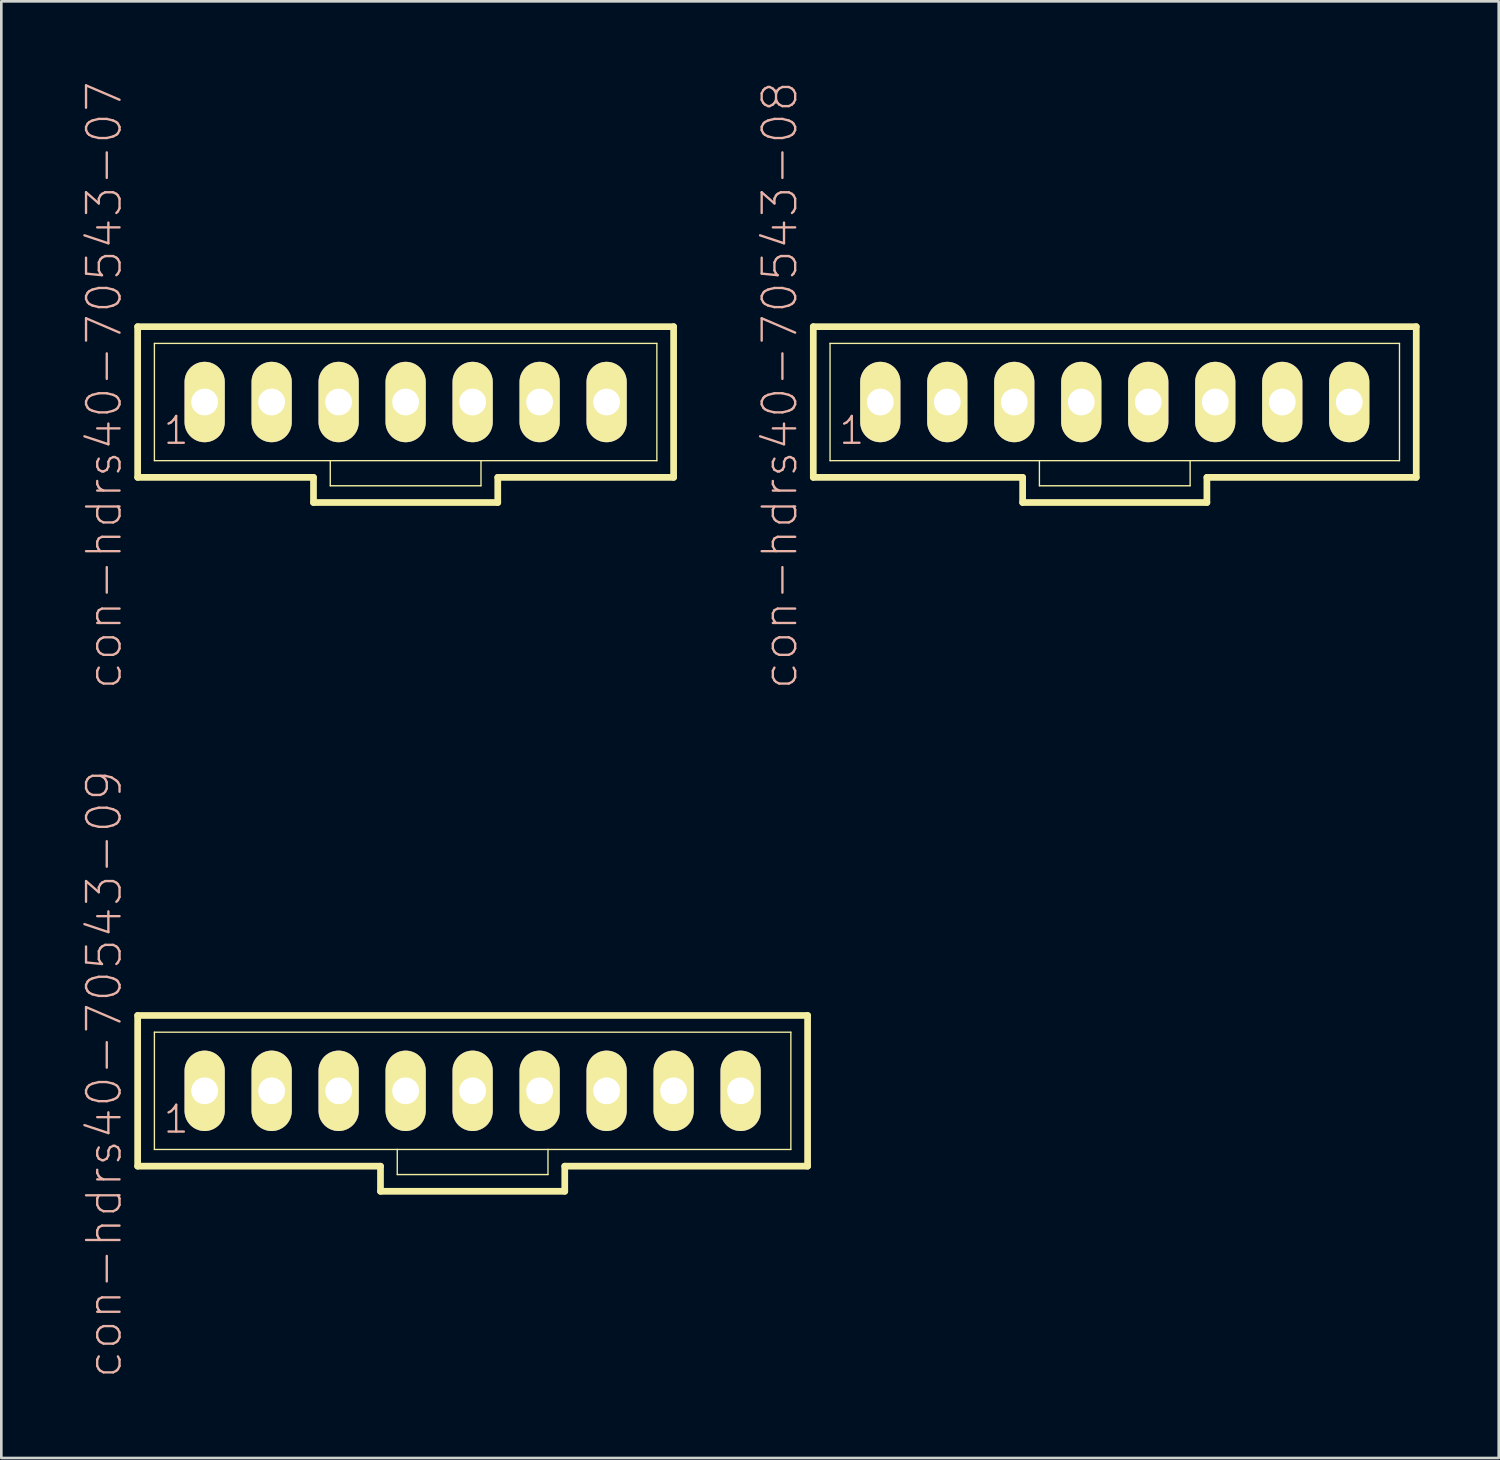
<source format=kicad_pcb>
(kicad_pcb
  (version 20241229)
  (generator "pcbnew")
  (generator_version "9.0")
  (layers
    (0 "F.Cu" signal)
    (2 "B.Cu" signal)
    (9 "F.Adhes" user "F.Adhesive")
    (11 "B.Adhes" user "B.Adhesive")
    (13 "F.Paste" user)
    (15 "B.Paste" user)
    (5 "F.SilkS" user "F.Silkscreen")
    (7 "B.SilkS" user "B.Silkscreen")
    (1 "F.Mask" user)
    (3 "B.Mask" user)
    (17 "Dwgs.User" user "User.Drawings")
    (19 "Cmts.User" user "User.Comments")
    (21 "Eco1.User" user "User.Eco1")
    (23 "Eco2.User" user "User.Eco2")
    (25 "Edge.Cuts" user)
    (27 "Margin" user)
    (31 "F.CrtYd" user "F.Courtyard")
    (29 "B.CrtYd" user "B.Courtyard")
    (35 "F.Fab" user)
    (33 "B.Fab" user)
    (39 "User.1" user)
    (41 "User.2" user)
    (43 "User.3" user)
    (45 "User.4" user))
  (footprint "con-hdrs40-70543-09"
    (layer "F.Cu")
    (at 14.869 38.307)
    (property "Reference" "con-hdrs40-70543-09" (at -13.97 -0.635 90) (layer "B.SilkS") (effects (font (size 1.27 1.27) (thickness 0.089))))
    (attr exclude_from_pos_files exclude_from_bom)
    (fp_line (start -12.7 -2.857) (end -12.7 2.857) (stroke (width 0.254) (type solid)) (layer "F.SilkS"))
    (fp_line (start -12.7 2.857) (end -3.493 2.857) (stroke (width 0.254) (type solid)) (layer "F.SilkS"))
    (fp_line (start -12.065 -2.223) (end -12.065 2.223) (stroke (width 0.051) (type solid)) (layer "F.SilkS"))
    (fp_line (start -12.065 -2.223) (end 12.065 -2.223) (stroke (width 0.051) (type solid)) (layer "F.SilkS"))
    (fp_line (start -12.065 2.223) (end -2.857 2.223) (stroke (width 0.051) (type solid)) (layer "F.SilkS"))
    (fp_line (start -10.396 -0.236) (end -9.921 -0.236) (stroke (width 0.066) (type solid)) (layer "F.SilkS"))
    (fp_line (start -10.396 0.236) (end -10.396 -0.236) (stroke (width 0.066) (type solid)) (layer "F.SilkS"))
    (fp_line (start -10.396 0.236) (end -9.921 0.236) (stroke (width 0.066) (type solid)) (layer "F.SilkS"))
    (fp_line (start -9.921 0.236) (end -9.921 -0.236) (stroke (width 0.066) (type solid)) (layer "F.SilkS"))
    (fp_line (start -7.856 -0.236) (end -7.381 -0.236) (stroke (width 0.066) (type solid)) (layer "F.SilkS"))
    (fp_line (start -7.856 0.236) (end -7.856 -0.236) (stroke (width 0.066) (type solid)) (layer "F.SilkS"))
    (fp_line (start -7.856 0.236) (end -7.381 0.236) (stroke (width 0.066) (type solid)) (layer "F.SilkS"))
    (fp_line (start -7.381 0.236) (end -7.381 -0.236) (stroke (width 0.066) (type solid)) (layer "F.SilkS"))
    (fp_line (start -5.316 -0.236) (end -4.841 -0.236) (stroke (width 0.066) (type solid)) (layer "F.SilkS"))
    (fp_line (start -5.316 0.236) (end -5.316 -0.236) (stroke (width 0.066) (type solid)) (layer "F.SilkS"))
    (fp_line (start -5.316 0.236) (end -4.841 0.236) (stroke (width 0.066) (type solid)) (layer "F.SilkS"))
    (fp_line (start -4.841 0.236) (end -4.841 -0.236) (stroke (width 0.066) (type solid)) (layer "F.SilkS"))
    (fp_line (start -3.493 2.857) (end -3.493 3.81) (stroke (width 0.254) (type solid)) (layer "F.SilkS"))
    (fp_line (start -3.493 3.81) (end 3.493 3.81) (stroke (width 0.254) (type solid)) (layer "F.SilkS"))
    (fp_line (start -2.857 2.223) (end -2.857 3.175) (stroke (width 0.051) (type solid)) (layer "F.SilkS"))
    (fp_line (start -2.857 2.223) (end 2.857 2.223) (stroke (width 0.051) (type solid)) (layer "F.SilkS"))
    (fp_line (start -2.776 -0.236) (end -2.301 -0.236) (stroke (width 0.066) (type solid)) (layer "F.SilkS"))
    (fp_line (start -2.776 0.236) (end -2.776 -0.236) (stroke (width 0.066) (type solid)) (layer "F.SilkS"))
    (fp_line (start -2.776 0.236) (end -2.301 0.236) (stroke (width 0.066) (type solid)) (layer "F.SilkS"))
    (fp_line (start -2.301 0.236) (end -2.301 -0.236) (stroke (width 0.066) (type solid)) (layer "F.SilkS"))
    (fp_line (start -0.236 -0.236) (end 0.236 -0.236) (stroke (width 0.066) (type solid)) (layer "F.SilkS"))
    (fp_line (start -0.236 0.236) (end -0.236 -0.236) (stroke (width 0.066) (type solid)) (layer "F.SilkS"))
    (fp_line (start -0.236 0.236) (end 0.236 0.236) (stroke (width 0.066) (type solid)) (layer "F.SilkS"))
    (fp_line (start 0.236 0.236) (end 0.236 -0.236) (stroke (width 0.066) (type solid)) (layer "F.SilkS"))
    (fp_line (start 2.301 -0.236) (end 2.776 -0.236) (stroke (width 0.066) (type solid)) (layer "F.SilkS"))
    (fp_line (start 2.301 0.236) (end 2.301 -0.236) (stroke (width 0.066) (type solid)) (layer "F.SilkS"))
    (fp_line (start 2.301 0.236) (end 2.776 0.236) (stroke (width 0.066) (type solid)) (layer "F.SilkS"))
    (fp_line (start 2.776 0.236) (end 2.776 -0.236) (stroke (width 0.066) (type solid)) (layer "F.SilkS"))
    (fp_line (start 2.857 2.223) (end 2.857 3.175) (stroke (width 0.051) (type solid)) (layer "F.SilkS"))
    (fp_line (start 2.857 2.223) (end 12.065 2.223) (stroke (width 0.051) (type solid)) (layer "F.SilkS"))
    (fp_line (start 2.857 3.175) (end -2.857 3.175) (stroke (width 0.051) (type solid)) (layer "F.SilkS"))
    (fp_line (start 3.493 2.857) (end 12.7 2.857) (stroke (width 0.254) (type solid)) (layer "F.SilkS"))
    (fp_line (start 3.493 3.81) (end 3.493 2.857) (stroke (width 0.254) (type solid)) (layer "F.SilkS"))
    (fp_line (start 4.841 -0.236) (end 5.316 -0.236) (stroke (width 0.066) (type solid)) (layer "F.SilkS"))
    (fp_line (start 4.841 0.236) (end 4.841 -0.236) (stroke (width 0.066) (type solid)) (layer "F.SilkS"))
    (fp_line (start 4.841 0.236) (end 5.316 0.236) (stroke (width 0.066) (type solid)) (layer "F.SilkS"))
    (fp_line (start 5.316 0.236) (end 5.316 -0.236) (stroke (width 0.066) (type solid)) (layer "F.SilkS"))
    (fp_line (start 7.381 -0.236) (end 7.856 -0.236) (stroke (width 0.066) (type solid)) (layer "F.SilkS"))
    (fp_line (start 7.381 0.236) (end 7.381 -0.236) (stroke (width 0.066) (type solid)) (layer "F.SilkS"))
    (fp_line (start 7.381 0.236) (end 7.856 0.236) (stroke (width 0.066) (type solid)) (layer "F.SilkS"))
    (fp_line (start 7.856 0.236) (end 7.856 -0.236) (stroke (width 0.066) (type solid)) (layer "F.SilkS"))
    (fp_line (start 9.921 -0.236) (end 10.396 -0.236) (stroke (width 0.066) (type solid)) (layer "F.SilkS"))
    (fp_line (start 9.921 0.236) (end 9.921 -0.236) (stroke (width 0.066) (type solid)) (layer "F.SilkS"))
    (fp_line (start 9.921 0.236) (end 10.396 0.236) (stroke (width 0.066) (type solid)) (layer "F.SilkS"))
    (fp_line (start 10.396 0.236) (end 10.396 -0.236) (stroke (width 0.066) (type solid)) (layer "F.SilkS"))
    (fp_line (start 12.065 -2.223) (end 12.065 2.223) (stroke (width 0.051) (type solid)) (layer "F.SilkS"))
    (fp_line (start 12.7 -2.857) (end -12.7 -2.857) (stroke (width 0.254) (type solid)) (layer "F.SilkS"))
    (fp_line (start 12.7 2.857) (end 12.7 -2.857) (stroke (width 0.254) (type solid)) (layer "F.SilkS"))
    (fp_text user "1" (at -11.239 1.079 0) (layer "B.SilkS") (effects (font (size 1.016 1.016) (thickness 0.089))))
    (pad "1" thru_hole oval (at -10.16 0) (size 1.524 3.048) (drill 1.016) (layers "*.Cu" "F.Mask" "F.SilkS" "F.Paste"))
    (pad "2" thru_hole oval (at -7.62 0) (size 1.524 3.048) (drill 1.016) (layers "*.Cu" "F.Mask" "F.SilkS" "F.Paste"))
    (pad "3" thru_hole oval (at -5.08 0) (size 1.524 3.048) (drill 1.016) (layers "*.Cu" "F.Mask" "F.SilkS" "F.Paste"))
    (pad "4" thru_hole oval (at -2.54 0) (size 1.524 3.048) (drill 1.016) (layers "*.Cu" "F.Mask" "F.SilkS" "F.Paste"))
    (pad "5" thru_hole oval (at 0 0) (size 1.524 3.048) (drill 1.016) (layers "*.Cu" "F.Mask" "F.SilkS" "F.Paste"))
    (pad "6" thru_hole oval (at 2.54 0) (size 1.524 3.048) (drill 1.016) (layers "*.Cu" "F.Mask" "F.SilkS" "F.Paste"))
    (pad "7" thru_hole oval (at 5.08 0) (size 1.524 3.048) (drill 1.016) (layers "*.Cu" "F.Mask" "F.SilkS" "F.Paste"))
    (pad "8" thru_hole oval (at 7.62 0) (size 1.524 3.048) (drill 1.016) (layers "*.Cu" "F.Mask" "F.SilkS" "F.Paste"))
    (pad "9" thru_hole oval (at 10.16 0) (size 1.524 3.048) (drill 1.016) (layers "*.Cu" "F.Mask" "F.SilkS" "F.Paste")))
  (footprint "con-hdrs40-70543-07"
    (layer "F.Cu")
    (at 12.329 12.192)
    (property "Reference" "con-hdrs40-70543-07" (at -11.43 -0.635 90) (layer "B.SilkS") (effects (font (size 1.27 1.27) (thickness 0.089))))
    (attr exclude_from_pos_files exclude_from_bom)
    (fp_line (start -10.16 -2.857) (end -10.16 2.857) (stroke (width 0.254) (type solid)) (layer "F.SilkS"))
    (fp_line (start -10.16 2.857) (end -3.493 2.857) (stroke (width 0.254) (type solid)) (layer "F.SilkS"))
    (fp_line (start -9.525 -2.223) (end -9.525 2.223) (stroke (width 0.051) (type solid)) (layer "F.SilkS"))
    (fp_line (start -9.525 -2.223) (end 9.525 -2.223) (stroke (width 0.051) (type solid)) (layer "F.SilkS"))
    (fp_line (start -9.525 2.223) (end -2.857 2.223) (stroke (width 0.051) (type solid)) (layer "F.SilkS"))
    (fp_line (start -7.856 -0.236) (end -7.381 -0.236) (stroke (width 0.066) (type solid)) (layer "F.SilkS"))
    (fp_line (start -7.856 0.236) (end -7.856 -0.236) (stroke (width 0.066) (type solid)) (layer "F.SilkS"))
    (fp_line (start -7.856 0.236) (end -7.381 0.236) (stroke (width 0.066) (type solid)) (layer "F.SilkS"))
    (fp_line (start -7.381 0.236) (end -7.381 -0.236) (stroke (width 0.066) (type solid)) (layer "F.SilkS"))
    (fp_line (start -5.316 -0.236) (end -4.841 -0.236) (stroke (width 0.066) (type solid)) (layer "F.SilkS"))
    (fp_line (start -5.316 0.236) (end -5.316 -0.236) (stroke (width 0.066) (type solid)) (layer "F.SilkS"))
    (fp_line (start -5.316 0.236) (end -4.841 0.236) (stroke (width 0.066) (type solid)) (layer "F.SilkS"))
    (fp_line (start -4.841 0.236) (end -4.841 -0.236) (stroke (width 0.066) (type solid)) (layer "F.SilkS"))
    (fp_line (start -3.493 2.857) (end -3.493 3.81) (stroke (width 0.254) (type solid)) (layer "F.SilkS"))
    (fp_line (start -3.493 3.81) (end 3.493 3.81) (stroke (width 0.254) (type solid)) (layer "F.SilkS"))
    (fp_line (start -2.857 2.223) (end -2.857 3.175) (stroke (width 0.051) (type solid)) (layer "F.SilkS"))
    (fp_line (start -2.857 2.223) (end 2.857 2.223) (stroke (width 0.051) (type solid)) (layer "F.SilkS"))
    (fp_line (start -2.776 -0.236) (end -2.301 -0.236) (stroke (width 0.066) (type solid)) (layer "F.SilkS"))
    (fp_line (start -2.776 0.236) (end -2.776 -0.236) (stroke (width 0.066) (type solid)) (layer "F.SilkS"))
    (fp_line (start -2.776 0.236) (end -2.301 0.236) (stroke (width 0.066) (type solid)) (layer "F.SilkS"))
    (fp_line (start -2.301 0.236) (end -2.301 -0.236) (stroke (width 0.066) (type solid)) (layer "F.SilkS"))
    (fp_line (start -0.236 -0.236) (end 0.236 -0.236) (stroke (width 0.066) (type solid)) (layer "F.SilkS"))
    (fp_line (start -0.236 0.236) (end -0.236 -0.236) (stroke (width 0.066) (type solid)) (layer "F.SilkS"))
    (fp_line (start -0.236 0.236) (end 0.236 0.236) (stroke (width 0.066) (type solid)) (layer "F.SilkS"))
    (fp_line (start 0.236 0.236) (end 0.236 -0.236) (stroke (width 0.066) (type solid)) (layer "F.SilkS"))
    (fp_line (start 2.301 -0.236) (end 2.776 -0.236) (stroke (width 0.066) (type solid)) (layer "F.SilkS"))
    (fp_line (start 2.301 0.236) (end 2.301 -0.236) (stroke (width 0.066) (type solid)) (layer "F.SilkS"))
    (fp_line (start 2.301 0.236) (end 2.776 0.236) (stroke (width 0.066) (type solid)) (layer "F.SilkS"))
    (fp_line (start 2.776 0.236) (end 2.776 -0.236) (stroke (width 0.066) (type solid)) (layer "F.SilkS"))
    (fp_line (start 2.857 2.223) (end 2.857 3.175) (stroke (width 0.051) (type solid)) (layer "F.SilkS"))
    (fp_line (start 2.857 2.223) (end 9.525 2.223) (stroke (width 0.051) (type solid)) (layer "F.SilkS"))
    (fp_line (start 2.857 3.175) (end -2.857 3.175) (stroke (width 0.051) (type solid)) (layer "F.SilkS"))
    (fp_line (start 3.493 2.857) (end 10.16 2.857) (stroke (width 0.254) (type solid)) (layer "F.SilkS"))
    (fp_line (start 3.493 3.81) (end 3.493 2.857) (stroke (width 0.254) (type solid)) (layer "F.SilkS"))
    (fp_line (start 4.841 -0.236) (end 5.316 -0.236) (stroke (width 0.066) (type solid)) (layer "F.SilkS"))
    (fp_line (start 4.841 0.236) (end 4.841 -0.236) (stroke (width 0.066) (type solid)) (layer "F.SilkS"))
    (fp_line (start 4.841 0.236) (end 5.316 0.236) (stroke (width 0.066) (type solid)) (layer "F.SilkS"))
    (fp_line (start 5.316 0.236) (end 5.316 -0.236) (stroke (width 0.066) (type solid)) (layer "F.SilkS"))
    (fp_line (start 7.381 -0.236) (end 7.856 -0.236) (stroke (width 0.066) (type solid)) (layer "F.SilkS"))
    (fp_line (start 7.381 0.236) (end 7.381 -0.236) (stroke (width 0.066) (type solid)) (layer "F.SilkS"))
    (fp_line (start 7.381 0.236) (end 7.856 0.236) (stroke (width 0.066) (type solid)) (layer "F.SilkS"))
    (fp_line (start 7.856 0.236) (end 7.856 -0.236) (stroke (width 0.066) (type solid)) (layer "F.SilkS"))
    (fp_line (start 9.525 -2.223) (end 9.525 2.223) (stroke (width 0.051) (type solid)) (layer "F.SilkS"))
    (fp_line (start 10.16 -2.857) (end -10.16 -2.857) (stroke (width 0.254) (type solid)) (layer "F.SilkS"))
    (fp_line (start 10.16 2.857) (end 10.16 -2.857) (stroke (width 0.254) (type solid)) (layer "F.SilkS"))
    (fp_text user "1" (at -8.7 1.079 0) (layer "B.SilkS") (effects (font (size 1.016 1.016) (thickness 0.089))))
    (pad "1" thru_hole oval (at -7.62 0) (size 1.524 3.048) (drill 1.016) (layers "*.Cu" "F.Mask" "F.SilkS" "F.Paste"))
    (pad "2" thru_hole oval (at -5.08 0) (size 1.524 3.048) (drill 1.016) (layers "*.Cu" "F.Mask" "F.SilkS" "F.Paste"))
    (pad "3" thru_hole oval (at -2.54 0) (size 1.524 3.048) (drill 1.016) (layers "*.Cu" "F.Mask" "F.SilkS" "F.Paste"))
    (pad "4" thru_hole oval (at 0 0) (size 1.524 3.048) (drill 1.016) (layers "*.Cu" "F.Mask" "F.SilkS" "F.Paste"))
    (pad "5" thru_hole oval (at 2.54 0) (size 1.524 3.048) (drill 1.016) (layers "*.Cu" "F.Mask" "F.SilkS" "F.Paste"))
    (pad "6" thru_hole oval (at 5.08 0) (size 1.524 3.048) (drill 1.016) (layers "*.Cu" "F.Mask" "F.SilkS" "F.Paste"))
    (pad "7" thru_hole oval (at 7.62 0) (size 1.524 3.048) (drill 1.016) (layers "*.Cu" "F.Mask" "F.SilkS" "F.Paste")))
  (footprint "con-hdrs40-70543-08"
    (layer "F.Cu")
    (at 39.215 12.192)
    (property "Reference" "con-hdrs40-70543-08" (at -12.7 -0.635 90) (layer "B.SilkS") (effects (font (size 1.27 1.27) (thickness 0.089))))
    (attr exclude_from_pos_files exclude_from_bom)
    (fp_line (start -11.43 -2.857) (end -11.43 2.857) (stroke (width 0.254) (type solid)) (layer "F.SilkS"))
    (fp_line (start -11.43 2.857) (end -3.493 2.857) (stroke (width 0.254) (type solid)) (layer "F.SilkS"))
    (fp_line (start -10.795 -2.223) (end -10.795 2.223) (stroke (width 0.051) (type solid)) (layer "F.SilkS"))
    (fp_line (start -10.795 -2.223) (end 10.795 -2.223) (stroke (width 0.051) (type solid)) (layer "F.SilkS"))
    (fp_line (start -10.795 2.223) (end -2.857 2.223) (stroke (width 0.051) (type solid)) (layer "F.SilkS"))
    (fp_line (start -9.126 -0.236) (end -8.651 -0.236) (stroke (width 0.066) (type solid)) (layer "F.SilkS"))
    (fp_line (start -9.126 0.236) (end -9.126 -0.236) (stroke (width 0.066) (type solid)) (layer "F.SilkS"))
    (fp_line (start -9.126 0.236) (end -8.651 0.236) (stroke (width 0.066) (type solid)) (layer "F.SilkS"))
    (fp_line (start -8.651 0.236) (end -8.651 -0.236) (stroke (width 0.066) (type solid)) (layer "F.SilkS"))
    (fp_line (start -6.586 -0.236) (end -6.111 -0.236) (stroke (width 0.066) (type solid)) (layer "F.SilkS"))
    (fp_line (start -6.586 0.236) (end -6.586 -0.236) (stroke (width 0.066) (type solid)) (layer "F.SilkS"))
    (fp_line (start -6.586 0.236) (end -6.111 0.236) (stroke (width 0.066) (type solid)) (layer "F.SilkS"))
    (fp_line (start -6.111 0.236) (end -6.111 -0.236) (stroke (width 0.066) (type solid)) (layer "F.SilkS"))
    (fp_line (start -4.046 -0.236) (end -3.571 -0.236) (stroke (width 0.066) (type solid)) (layer "F.SilkS"))
    (fp_line (start -4.046 0.236) (end -4.046 -0.236) (stroke (width 0.066) (type solid)) (layer "F.SilkS"))
    (fp_line (start -4.046 0.236) (end -3.571 0.236) (stroke (width 0.066) (type solid)) (layer "F.SilkS"))
    (fp_line (start -3.571 0.236) (end -3.571 -0.236) (stroke (width 0.066) (type solid)) (layer "F.SilkS"))
    (fp_line (start -3.493 2.857) (end -3.493 3.81) (stroke (width 0.254) (type solid)) (layer "F.SilkS"))
    (fp_line (start -3.493 3.81) (end 3.493 3.81) (stroke (width 0.254) (type solid)) (layer "F.SilkS"))
    (fp_line (start -2.857 2.223) (end -2.857 3.175) (stroke (width 0.051) (type solid)) (layer "F.SilkS"))
    (fp_line (start -2.857 2.223) (end 2.857 2.223) (stroke (width 0.051) (type solid)) (layer "F.SilkS"))
    (fp_line (start -1.506 -0.236) (end -1.031 -0.236) (stroke (width 0.066) (type solid)) (layer "F.SilkS"))
    (fp_line (start -1.506 0.236) (end -1.506 -0.236) (stroke (width 0.066) (type solid)) (layer "F.SilkS"))
    (fp_line (start -1.506 0.236) (end -1.031 0.236) (stroke (width 0.066) (type solid)) (layer "F.SilkS"))
    (fp_line (start -1.031 0.236) (end -1.031 -0.236) (stroke (width 0.066) (type solid)) (layer "F.SilkS"))
    (fp_line (start 1.031 -0.236) (end 1.506 -0.236) (stroke (width 0.066) (type solid)) (layer "F.SilkS"))
    (fp_line (start 1.031 0.236) (end 1.031 -0.236) (stroke (width 0.066) (type solid)) (layer "F.SilkS"))
    (fp_line (start 1.031 0.236) (end 1.506 0.236) (stroke (width 0.066) (type solid)) (layer "F.SilkS"))
    (fp_line (start 1.506 0.236) (end 1.506 -0.236) (stroke (width 0.066) (type solid)) (layer "F.SilkS"))
    (fp_line (start 2.857 2.223) (end 2.857 3.175) (stroke (width 0.051) (type solid)) (layer "F.SilkS"))
    (fp_line (start 2.857 2.223) (end 10.795 2.223) (stroke (width 0.051) (type solid)) (layer "F.SilkS"))
    (fp_line (start 2.857 3.175) (end -2.857 3.175) (stroke (width 0.051) (type solid)) (layer "F.SilkS"))
    (fp_line (start 3.493 2.857) (end 11.43 2.857) (stroke (width 0.254) (type solid)) (layer "F.SilkS"))
    (fp_line (start 3.493 3.81) (end 3.493 2.857) (stroke (width 0.254) (type solid)) (layer "F.SilkS"))
    (fp_line (start 3.571 -0.236) (end 4.046 -0.236) (stroke (width 0.066) (type solid)) (layer "F.SilkS"))
    (fp_line (start 3.571 0.236) (end 3.571 -0.236) (stroke (width 0.066) (type solid)) (layer "F.SilkS"))
    (fp_line (start 3.571 0.236) (end 4.046 0.236) (stroke (width 0.066) (type solid)) (layer "F.SilkS"))
    (fp_line (start 4.046 0.236) (end 4.046 -0.236) (stroke (width 0.066) (type solid)) (layer "F.SilkS"))
    (fp_line (start 6.111 -0.236) (end 6.586 -0.236) (stroke (width 0.066) (type solid)) (layer "F.SilkS"))
    (fp_line (start 6.111 0.236) (end 6.111 -0.236) (stroke (width 0.066) (type solid)) (layer "F.SilkS"))
    (fp_line (start 6.111 0.236) (end 6.586 0.236) (stroke (width 0.066) (type solid)) (layer "F.SilkS"))
    (fp_line (start 6.586 0.236) (end 6.586 -0.236) (stroke (width 0.066) (type solid)) (layer "F.SilkS"))
    (fp_line (start 8.651 -0.236) (end 9.126 -0.236) (stroke (width 0.066) (type solid)) (layer "F.SilkS"))
    (fp_line (start 8.651 0.236) (end 8.651 -0.236) (stroke (width 0.066) (type solid)) (layer "F.SilkS"))
    (fp_line (start 8.651 0.236) (end 9.126 0.236) (stroke (width 0.066) (type solid)) (layer "F.SilkS"))
    (fp_line (start 9.126 0.236) (end 9.126 -0.236) (stroke (width 0.066) (type solid)) (layer "F.SilkS"))
    (fp_line (start 10.795 -2.223) (end 10.795 2.223) (stroke (width 0.051) (type solid)) (layer "F.SilkS"))
    (fp_line (start 11.43 -2.857) (end -11.43 -2.857) (stroke (width 0.254) (type solid)) (layer "F.SilkS"))
    (fp_line (start 11.43 2.857) (end 11.43 -2.857) (stroke (width 0.254) (type solid)) (layer "F.SilkS"))
    (fp_text user "1" (at -9.97 1.079 0) (layer "B.SilkS") (effects (font (size 1.016 1.016) (thickness 0.089))))
    (pad "1" thru_hole oval (at -8.89 0) (size 1.524 3.048) (drill 1.016) (layers "*.Cu" "F.Mask" "F.SilkS" "F.Paste"))
    (pad "2" thru_hole oval (at -6.35 0) (size 1.524 3.048) (drill 1.016) (layers "*.Cu" "F.Mask" "F.SilkS" "F.Paste"))
    (pad "3" thru_hole oval (at -3.81 0) (size 1.524 3.048) (drill 1.016) (layers "*.Cu" "F.Mask" "F.SilkS" "F.Paste"))
    (pad "4" thru_hole oval (at -1.27 0) (size 1.524 3.048) (drill 1.016) (layers "*.Cu" "F.Mask" "F.SilkS" "F.Paste"))
    (pad "5" thru_hole oval (at 1.27 0) (size 1.524 3.048) (drill 1.016) (layers "*.Cu" "F.Mask" "F.SilkS" "F.Paste"))
    (pad "6" thru_hole oval (at 3.81 0) (size 1.524 3.048) (drill 1.016) (layers "*.Cu" "F.Mask" "F.SilkS" "F.Paste"))
    (pad "7" thru_hole oval (at 6.35 0) (size 1.524 3.048) (drill 1.016) (layers "*.Cu" "F.Mask" "F.SilkS" "F.Paste"))
    (pad "8" thru_hole oval (at 8.89 0) (size 1.524 3.048) (drill 1.016) (layers "*.Cu" "F.Mask" "F.SilkS" "F.Paste")))
  (gr_rect
    (start -3 -3)
    (end 53.772 52.229)
    (stroke (width 0.1) (type default))
    (fill no)
    (layer "Edge.Cuts")))
</source>
